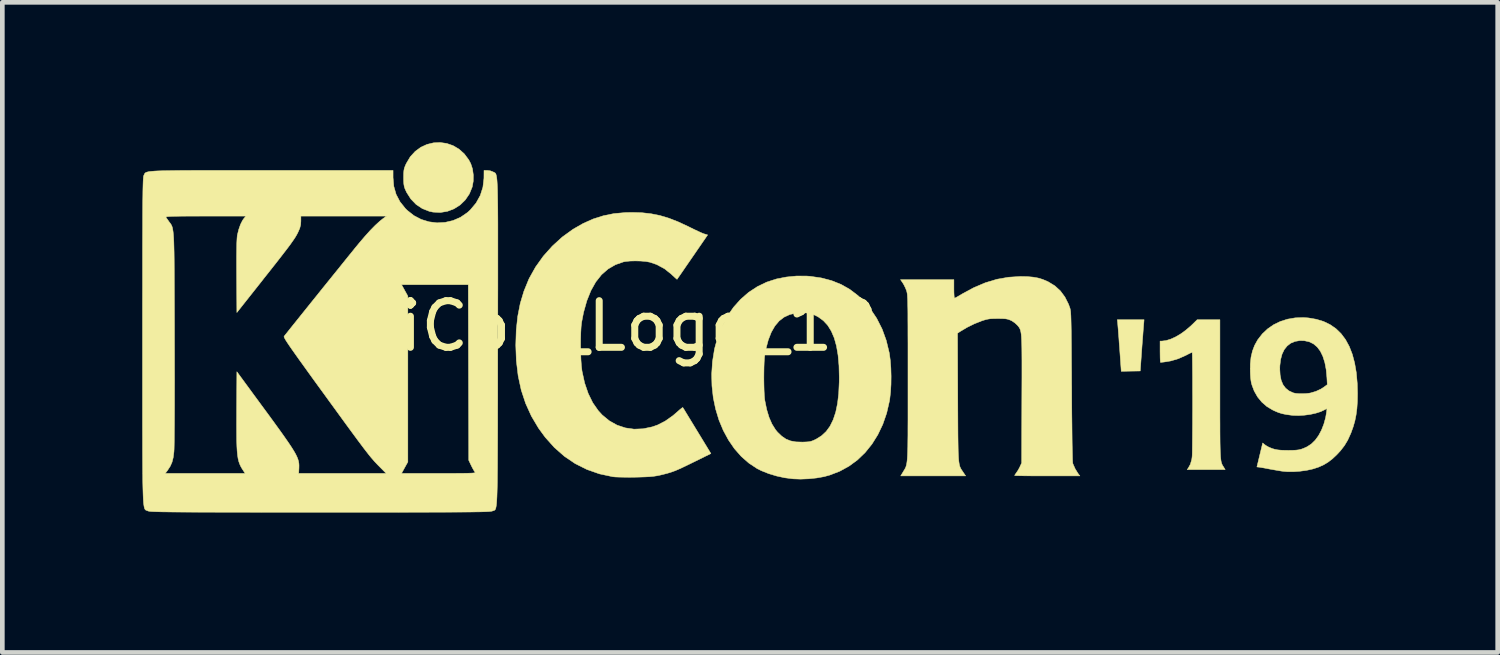
<source format=kicad_pcb>
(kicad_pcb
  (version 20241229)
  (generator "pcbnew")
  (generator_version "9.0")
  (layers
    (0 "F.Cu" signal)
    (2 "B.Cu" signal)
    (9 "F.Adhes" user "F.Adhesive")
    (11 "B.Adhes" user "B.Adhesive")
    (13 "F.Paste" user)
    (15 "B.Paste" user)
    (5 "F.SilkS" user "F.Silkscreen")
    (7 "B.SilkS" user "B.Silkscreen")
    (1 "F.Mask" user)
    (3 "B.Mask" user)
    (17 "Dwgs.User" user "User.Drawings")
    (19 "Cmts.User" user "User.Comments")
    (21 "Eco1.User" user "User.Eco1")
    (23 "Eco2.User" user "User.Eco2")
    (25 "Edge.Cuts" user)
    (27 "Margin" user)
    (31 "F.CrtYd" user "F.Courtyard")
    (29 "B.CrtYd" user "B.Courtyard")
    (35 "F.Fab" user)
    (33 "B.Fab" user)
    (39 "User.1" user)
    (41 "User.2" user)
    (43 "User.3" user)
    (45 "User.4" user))
  (footprint "KiCon_Logo_19"
    (layer "F.Cu")
    (at 10.129 3.941)
    (property "Reference" "KiCon_Logo_19" (at 0 0 0) (layer "F.SilkS") (effects (font (size 1 1) (thickness 0.15))))
    (attr exclude_from_pos_files exclude_from_bom)
    (fp_poly (pts (xy 11.34 -0.051) (xy 11.337 -0.018) (xy 11.333 0.036) (xy 11.327 0.109) (xy 11.321 0.196) (xy 11.313 0.295) (xy 11.305 0.401) (xy 11.298 0.498) (xy 11.265 0.962) (xy 11.061 0.965) (xy 10.858 0.969) (xy 10.823 0.476) (xy 10.814 0.364) (xy 10.807 0.258) (xy 10.799 0.161) (xy 10.793 0.076) (xy 10.787 0.007) (xy 10.783 -0.045) (xy 10.78 -0.074) (xy 10.78 -0.076) (xy 10.773 -0.137) (xy 11.347 -0.137) (xy 11.34 -0.051)) (stroke (width 0.01) (type solid)) (fill yes) (layer "F.SilkS"))
    (fp_poly (pts (xy -3.602 -3.916) (xy -3.466 -3.869) (xy -3.339 -3.794) (xy -3.226 -3.693) (xy -3.13 -3.564) (xy -3.087 -3.483) (xy -3.05 -3.37) (xy -3.032 -3.239) (xy -3.034 -3.105) (xy -3.056 -2.983) (xy -3.117 -2.834) (xy -3.205 -2.705) (xy -3.315 -2.598) (xy -3.444 -2.516) (xy -3.587 -2.461) (xy -3.739 -2.436) (xy -3.896 -2.444) (xy -3.973 -2.46) (xy -4.124 -2.519) (xy -4.258 -2.608) (xy -4.372 -2.726) (xy -4.463 -2.869) (xy -4.47 -2.885) (xy -4.497 -2.943) (xy -4.513 -2.993) (xy -4.522 -3.045) (xy -4.526 -3.111) (xy -4.527 -3.184) (xy -4.526 -3.271) (xy -4.521 -3.334) (xy -4.511 -3.385) (xy -4.492 -3.436) (xy -4.469 -3.487) (xy -4.384 -3.63) (xy -4.279 -3.745) (xy -4.158 -3.834) (xy -4.026 -3.895) (xy -3.886 -3.929) (xy -3.744 -3.936) (xy -3.602 -3.916)) (stroke (width 0.01) (type solid)) (fill yes) (layer "F.SilkS"))
    (fp_poly (pts (xy 12.973 1.321) (xy 12.973 1.553) (xy 12.973 1.761) (xy 12.973 1.947) (xy 12.974 2.112) (xy 12.974 2.257) (xy 12.975 2.383) (xy 12.976 2.493) (xy 12.978 2.587) (xy 12.98 2.667) (xy 12.983 2.735) (xy 12.986 2.791) (xy 12.99 2.837) (xy 12.995 2.875) (xy 13 2.906) (xy 13.007 2.931) (xy 13.014 2.952) (xy 13.022 2.971) (xy 13.031 2.988) (xy 13.042 3.005) (xy 13.049 3.016) (xy 13.086 3.076) (xy 12.271 3.076) (xy 12.292 3.048) (xy 12.339 2.963) (xy 12.369 2.862) (xy 12.377 2.803) (xy 12.379 2.773) (xy 12.381 2.721) (xy 12.382 2.65) (xy 12.383 2.562) (xy 12.384 2.459) (xy 12.385 2.343) (xy 12.386 2.217) (xy 12.387 2.082) (xy 12.387 1.941) (xy 12.388 1.797) (xy 12.388 1.651) (xy 12.388 1.505) (xy 12.387 1.362) (xy 12.387 1.224) (xy 12.387 1.093) (xy 12.386 0.972) (xy 12.385 0.862) (xy 12.384 0.766) (xy 12.383 0.686) (xy 12.382 0.624) (xy 12.38 0.582) (xy 12.378 0.563) (xy 12.378 0.562) (xy 12.363 0.567) (xy 12.33 0.582) (xy 12.286 0.604) (xy 12.248 0.624) (xy 12.085 0.697) (xy 11.922 0.746) (xy 11.815 0.764) (xy 11.766 0.771) (xy 11.726 0.775) (xy 11.703 0.778) (xy 11.7 0.778) (xy 11.697 0.766) (xy 11.694 0.732) (xy 11.692 0.681) (xy 11.691 0.617) (xy 11.69 0.549) (xy 11.69 0.321) (xy 11.73 0.321) (xy 11.818 0.31) (xy 11.916 0.28) (xy 12.022 0.232) (xy 12.131 0.168) (xy 12.24 0.089) (xy 12.346 -0.001) (xy 12.369 -0.023) (xy 12.486 -0.137) (xy 12.973 -0.137) (xy 12.973 1.321)) (stroke (width 0.01) (type solid)) (fill yes) (layer "F.SilkS"))
    (fp_poly (pts (xy 4.114 -1.073) (xy 4.184 -1.068) (xy 4.427 -1.033) (xy 4.648 -0.975) (xy 4.851 -0.894) (xy 5.038 -0.788) (xy 5.212 -0.656) (xy 5.315 -0.559) (xy 5.478 -0.372) (xy 5.616 -0.165) (xy 5.731 0.062) (xy 5.82 0.307) (xy 5.884 0.571) (xy 5.888 0.595) (xy 5.907 0.736) (xy 5.919 0.899) (xy 5.924 1.072) (xy 5.922 1.248) (xy 5.912 1.415) (xy 5.895 1.565) (xy 5.888 1.608) (xy 5.829 1.865) (xy 5.746 2.105) (xy 5.64 2.327) (xy 5.514 2.529) (xy 5.368 2.71) (xy 5.203 2.869) (xy 5.02 3.003) (xy 4.821 3.112) (xy 4.607 3.194) (xy 4.486 3.227) (xy 4.33 3.255) (xy 4.158 3.273) (xy 3.984 3.28) (xy 3.821 3.274) (xy 3.815 3.273) (xy 3.643 3.251) (xy 3.468 3.213) (xy 3.299 3.162) (xy 3.144 3.1) (xy 3.053 3.055) (xy 2.875 2.937) (xy 2.712 2.794) (xy 2.565 2.627) (xy 2.437 2.44) (xy 2.326 2.235) (xy 2.234 2.014) (xy 2.163 1.78) (xy 2.112 1.536) (xy 2.084 1.283) (xy 2.08 1.134) (xy 3.196 1.134) (xy 3.198 1.26) (xy 3.201 1.378) (xy 3.206 1.481) (xy 3.213 1.562) (xy 3.217 1.592) (xy 3.257 1.789) (xy 3.308 1.957) (xy 3.37 2.099) (xy 3.444 2.218) (xy 3.49 2.274) (xy 3.579 2.359) (xy 3.669 2.421) (xy 3.769 2.461) (xy 3.883 2.482) (xy 4.018 2.486) (xy 4.03 2.486) (xy 4.108 2.483) (xy 4.164 2.479) (xy 4.209 2.469) (xy 4.254 2.453) (xy 4.308 2.428) (xy 4.319 2.422) (xy 4.433 2.351) (xy 4.532 2.259) (xy 4.615 2.145) (xy 4.683 2.007) (xy 4.737 1.845) (xy 4.776 1.657) (xy 4.801 1.443) (xy 4.812 1.201) (xy 4.813 1.101) (xy 4.807 0.848) (xy 4.787 0.624) (xy 4.753 0.426) (xy 4.705 0.254) (xy 4.642 0.107) (xy 4.565 -0.017) (xy 4.472 -0.117) (xy 4.364 -0.196) (xy 4.319 -0.22) (xy 4.259 -0.248) (xy 4.209 -0.266) (xy 4.159 -0.277) (xy 4.097 -0.283) (xy 4.045 -0.285) (xy 3.891 -0.28) (xy 3.753 -0.249) (xy 3.631 -0.193) (xy 3.524 -0.111) (xy 3.432 -0.002) (xy 3.355 0.133) (xy 3.291 0.297) (xy 3.24 0.489) (xy 3.217 0.61) (xy 3.209 0.678) (xy 3.203 0.771) (xy 3.199 0.883) (xy 3.197 1.006) (xy 3.196 1.134) (xy 2.08 1.134) (xy 2.078 1.024) (xy 2.095 0.762) (xy 2.137 0.5) (xy 2.142 0.476) (xy 2.209 0.23) (xy 2.3 0) (xy 2.413 -0.212) (xy 2.546 -0.404) (xy 2.699 -0.575) (xy 2.869 -0.723) (xy 3.056 -0.846) (xy 3.257 -0.943) (xy 3.463 -1.01) (xy 3.677 -1.052) (xy 3.898 -1.074) (xy 4.114 -1.073)) (stroke (width 0.01) (type solid)) (fill yes) (layer "F.SilkS"))
    (fp_poly (pts (xy 0.581 -2.431) (xy 0.777 -2.409) (xy 0.967 -2.371) (xy 1.158 -2.314) (xy 1.358 -2.236) (xy 1.576 -2.135) (xy 1.615 -2.115) (xy 1.705 -2.071) (xy 1.79 -2.031) (xy 1.861 -1.999) (xy 1.91 -1.979) (xy 1.918 -1.977) (xy 1.991 -1.955) (xy 1.665 -1.481) (xy 1.585 -1.365) (xy 1.512 -1.259) (xy 1.449 -1.167) (xy 1.397 -1.092) (xy 1.359 -1.038) (xy 1.339 -1.008) (xy 1.335 -1.003) (xy 1.322 -1.013) (xy 1.288 -1.043) (xy 1.24 -1.087) (xy 1.214 -1.112) (xy 1.065 -1.231) (xy 0.897 -1.321) (xy 0.753 -1.37) (xy 0.666 -1.386) (xy 0.558 -1.395) (xy 0.44 -1.398) (xy 0.326 -1.395) (xy 0.229 -1.385) (xy 0.19 -1.378) (xy 0.015 -1.317) (xy -0.143 -1.225) (xy -0.284 -1.102) (xy -0.407 -0.947) (xy -0.512 -0.76) (xy -0.599 -0.543) (xy -0.669 -0.294) (xy -0.71 -0.082) (xy -0.721 0.012) (xy -0.728 0.134) (xy -0.732 0.273) (xy -0.733 0.423) (xy -0.73 0.575) (xy -0.725 0.718) (xy -0.716 0.846) (xy -0.704 0.949) (xy -0.702 0.964) (xy -0.646 1.22) (xy -0.569 1.445) (xy -0.472 1.643) (xy -0.353 1.813) (xy -0.269 1.905) (xy -0.117 2.03) (xy 0.049 2.123) (xy 0.227 2.182) (xy 0.414 2.209) (xy 0.607 2.201) (xy 0.803 2.16) (xy 0.92 2.119) (xy 1.08 2.037) (xy 1.246 1.92) (xy 1.339 1.84) (xy 1.391 1.794) (xy 1.432 1.761) (xy 1.455 1.745) (xy 1.458 1.744) (xy 1.469 1.761) (xy 1.496 1.804) (xy 1.537 1.872) (xy 1.59 1.959) (xy 1.653 2.062) (xy 1.723 2.177) (xy 1.762 2.241) (xy 2.061 2.732) (xy 1.688 2.916) (xy 1.553 2.982) (xy 1.444 3.034) (xy 1.354 3.075) (xy 1.276 3.107) (xy 1.203 3.133) (xy 1.13 3.155) (xy 1.049 3.176) (xy 0.971 3.195) (xy 0.901 3.209) (xy 0.829 3.22) (xy 0.746 3.228) (xy 0.645 3.233) (xy 0.52 3.237) (xy 0.435 3.239) (xy 0.315 3.24) (xy 0.199 3.239) (xy 0.096 3.237) (xy 0.013 3.234) (xy -0.042 3.229) (xy -0.045 3.228) (xy -0.33 3.167) (xy -0.598 3.073) (xy -0.848 2.948) (xy -1.08 2.791) (xy -1.295 2.602) (xy -1.492 2.382) (xy -1.635 2.186) (xy -1.787 1.93) (xy -1.91 1.659) (xy -2.005 1.372) (xy -2.071 1.066) (xy -2.11 0.74) (xy -2.122 0.408) (xy -2.112 0.087) (xy -2.08 -0.209) (xy -2.026 -0.486) (xy -1.948 -0.747) (xy -1.845 -0.999) (xy -1.833 -1.025) (xy -1.697 -1.268) (xy -1.531 -1.5) (xy -1.338 -1.716) (xy -1.125 -1.91) (xy -0.894 -2.077) (xy -0.679 -2.2) (xy -0.462 -2.297) (xy -0.244 -2.366) (xy -0.018 -2.412) (xy 0.226 -2.434) (xy 0.372 -2.437) (xy 0.581 -2.431)) (stroke (width 0.01) (type solid)) (fill yes) (layer "F.SilkS"))
    (fp_poly (pts (xy 14.866 -0.176) (xy 15.038 -0.147) (xy 15.194 -0.1) (xy 15.335 -0.032) (xy 15.461 0.055) (xy 15.571 0.162) (xy 15.666 0.289) (xy 15.746 0.436) (xy 15.811 0.603) (xy 15.861 0.791) (xy 15.897 0.999) (xy 15.917 1.227) (xy 15.923 1.444) (xy 15.92 1.615) (xy 15.91 1.766) (xy 15.892 1.904) (xy 15.866 2.033) (xy 15.83 2.159) (xy 15.783 2.289) (xy 15.774 2.31) (xy 15.713 2.444) (xy 15.642 2.562) (xy 15.557 2.672) (xy 15.481 2.754) (xy 15.387 2.843) (xy 15.296 2.913) (xy 15.201 2.971) (xy 15.096 3.019) (xy 15.078 3.026) (xy 14.963 3.063) (xy 14.831 3.092) (xy 14.69 3.111) (xy 14.548 3.121) (xy 14.412 3.12) (xy 14.341 3.114) (xy 14.292 3.108) (xy 14.226 3.097) (xy 14.15 3.084) (xy 14.071 3.07) (xy 14.042 3.065) (xy 13.971 3.051) (xy 13.906 3.039) (xy 13.852 3.03) (xy 13.816 3.024) (xy 13.804 3.023) (xy 13.766 3.019) (xy 13.828 2.762) (xy 13.89 2.505) (xy 13.93 2.539) (xy 13.966 2.564) (xy 14.012 2.59) (xy 14.033 2.6) (xy 14.092 2.624) (xy 14.149 2.641) (xy 14.21 2.653) (xy 14.281 2.66) (xy 14.367 2.663) (xy 14.44 2.664) (xy 14.531 2.663) (xy 14.604 2.659) (xy 14.663 2.652) (xy 14.716 2.639) (xy 14.768 2.62) (xy 14.826 2.594) (xy 14.846 2.584) (xy 14.934 2.526) (xy 15.015 2.447) (xy 15.088 2.347) (xy 15.15 2.231) (xy 15.201 2.101) (xy 15.24 1.959) (xy 15.257 1.857) (xy 15.263 1.815) (xy 15.266 1.784) (xy 15.265 1.771) (xy 15.254 1.774) (xy 15.228 1.787) (xy 15.218 1.793) (xy 15.134 1.833) (xy 15.03 1.866) (xy 14.914 1.892) (xy 14.789 1.909) (xy 14.663 1.917) (xy 14.541 1.914) (xy 14.497 1.909) (xy 14.394 1.895) (xy 14.307 1.877) (xy 14.226 1.852) (xy 14.144 1.817) (xy 14.104 1.798) (xy 13.98 1.724) (xy 13.872 1.63) (xy 13.78 1.518) (xy 13.708 1.391) (xy 13.661 1.267) (xy 13.647 1.217) (xy 13.638 1.166) (xy 13.631 1.108) (xy 13.626 1.036) (xy 13.624 0.975) (xy 13.624 0.917) (xy 14.256 0.917) (xy 14.264 1.049) (xy 14.286 1.161) (xy 14.325 1.255) (xy 14.381 1.33) (xy 14.453 1.388) (xy 14.542 1.429) (xy 14.554 1.433) (xy 14.603 1.443) (xy 14.669 1.448) (xy 14.744 1.449) (xy 14.82 1.446) (xy 14.889 1.438) (xy 14.916 1.433) (xy 15.031 1.399) (xy 15.139 1.349) (xy 15.212 1.301) (xy 15.275 1.254) (xy 15.267 1.107) (xy 15.251 0.933) (xy 15.222 0.78) (xy 15.18 0.648) (xy 15.126 0.537) (xy 15.059 0.448) (xy 14.98 0.381) (xy 14.888 0.336) (xy 14.784 0.313) (xy 14.687 0.31) (xy 14.582 0.328) (xy 14.491 0.366) (xy 14.415 0.425) (xy 14.352 0.503) (xy 14.305 0.601) (xy 14.274 0.717) (xy 14.258 0.85) (xy 14.256 0.917) (xy 13.624 0.917) (xy 13.625 0.811) (xy 13.64 0.665) (xy 13.671 0.534) (xy 13.717 0.413) (xy 13.78 0.299) (xy 13.786 0.29) (xy 13.883 0.165) (xy 13.997 0.058) (xy 14.126 -0.031) (xy 14.269 -0.1) (xy 14.423 -0.149) (xy 14.587 -0.177) (xy 14.76 -0.183) (xy 14.866 -0.176)) (stroke (width 0.01) (type solid)) (fill yes) (layer "F.SilkS"))
    (fp_poly (pts (xy 8.845 -1.061) (xy 8.968 -1.05) (xy 9.075 -1.031) (xy 9.174 -1.001) (xy 9.273 -0.959) (xy 9.294 -0.949) (xy 9.435 -0.863) (xy 9.553 -0.755) (xy 9.65 -0.624) (xy 9.728 -0.469) (xy 9.756 -0.392) (xy 9.761 -0.376) (xy 9.765 -0.358) (xy 9.769 -0.335) (xy 9.773 -0.306) (xy 9.775 -0.268) (xy 9.778 -0.22) (xy 9.78 -0.16) (xy 9.782 -0.086) (xy 9.784 0.005) (xy 9.786 0.113) (xy 9.787 0.241) (xy 9.789 0.391) (xy 9.79 0.565) (xy 9.791 0.764) (xy 9.793 0.991) (xy 9.794 1.247) (xy 9.795 1.298) (xy 9.796 1.6) (xy 9.798 1.87) (xy 9.801 2.109) (xy 9.803 2.317) (xy 9.805 2.496) (xy 9.808 2.644) (xy 9.811 2.763) (xy 9.813 2.852) (xy 9.816 2.913) (xy 9.82 2.946) (xy 9.821 2.95) (xy 9.87 3.06) (xy 9.932 3.16) (xy 9.971 3.211) (xy 9.271 3.211) (xy 9.126 3.211) (xy 8.99 3.211) (xy 8.869 3.21) (xy 8.763 3.209) (xy 8.678 3.207) (xy 8.616 3.206) (xy 8.58 3.204) (xy 8.572 3.202) (xy 8.581 3.185) (xy 8.603 3.153) (xy 8.611 3.142) (xy 8.642 3.096) (xy 8.674 3.039) (xy 8.687 3.012) (xy 8.723 2.934) (xy 8.727 1.57) (xy 8.728 1.321) (xy 8.729 1.102) (xy 8.729 0.91) (xy 8.729 0.744) (xy 8.728 0.602) (xy 8.727 0.481) (xy 8.725 0.379) (xy 8.722 0.295) (xy 8.718 0.226) (xy 8.713 0.171) (xy 8.706 0.127) (xy 8.698 0.091) (xy 8.688 0.064) (xy 8.677 0.041) (xy 8.664 0.021) (xy 8.649 0.002) (xy 8.632 -0.018) (xy 8.629 -0.021) (xy 8.577 -0.069) (xy 8.514 -0.112) (xy 8.489 -0.124) (xy 8.45 -0.14) (xy 8.412 -0.151) (xy 8.367 -0.158) (xy 8.309 -0.161) (xy 8.228 -0.162) (xy 8.207 -0.162) (xy 8.12 -0.161) (xy 8.054 -0.158) (xy 8 -0.15) (xy 7.948 -0.138) (xy 7.886 -0.119) (xy 7.858 -0.109) (xy 7.707 -0.049) (xy 7.553 0.027) (xy 7.412 0.111) (xy 7.408 0.113) (xy 7.348 0.153) (xy 7.353 1.519) (xy 7.354 1.766) (xy 7.355 1.983) (xy 7.356 2.173) (xy 7.357 2.337) (xy 7.359 2.478) (xy 7.361 2.598) (xy 7.363 2.699) (xy 7.367 2.782) (xy 7.371 2.851) (xy 7.377 2.907) (xy 7.384 2.953) (xy 7.392 2.99) (xy 7.402 3.02) (xy 7.414 3.046) (xy 7.427 3.07) (xy 7.443 3.094) (xy 7.461 3.12) (xy 7.468 3.131) (xy 7.522 3.211) (xy 6.13 3.211) (xy 6.185 3.12) (xy 6.2 3.095) (xy 6.214 3.072) (xy 6.226 3.051) (xy 6.237 3.028) (xy 6.246 3.002) (xy 6.254 2.972) (xy 6.261 2.935) (xy 6.267 2.89) (xy 6.272 2.835) (xy 6.276 2.767) (xy 6.279 2.686) (xy 6.282 2.588) (xy 6.283 2.474) (xy 6.285 2.34) (xy 6.285 2.184) (xy 6.286 2.006) (xy 6.286 1.803) (xy 6.286 1.573) (xy 6.286 1.314) (xy 6.286 1.106) (xy 6.286 0.831) (xy 6.286 0.586) (xy 6.286 0.368) (xy 6.285 0.177) (xy 6.285 0.011) (xy 6.284 -0.133) (xy 6.284 -0.257) (xy 6.283 -0.361) (xy 6.281 -0.448) (xy 6.28 -0.52) (xy 6.278 -0.579) (xy 6.275 -0.625) (xy 6.273 -0.663) (xy 6.27 -0.692) (xy 6.266 -0.715) (xy 6.262 -0.733) (xy 6.258 -0.75) (xy 6.257 -0.754) (xy 6.231 -0.82) (xy 6.197 -0.888) (xy 6.177 -0.922) (xy 6.126 -0.996) (xy 7.27 -0.996) (xy 7.27 -0.797) (xy 7.271 -0.722) (xy 7.274 -0.66) (xy 7.278 -0.617) (xy 7.283 -0.599) (xy 7.284 -0.599) (xy 7.302 -0.606) (xy 7.341 -0.627) (xy 7.395 -0.658) (xy 7.446 -0.689) (xy 7.696 -0.824) (xy 7.943 -0.929) (xy 8.191 -1.004) (xy 8.441 -1.048) (xy 8.695 -1.064) (xy 8.699 -1.064) (xy 8.845 -1.061)) (stroke (width 0.01) (type solid)) (fill yes) (layer "F.SilkS"))
    (fp_poly (pts (xy -7.87 -3.338) (xy -7.521 -3.338) (xy -7.358 -3.338) (xy -4.753 -3.338) (xy -4.753 -3.185) (xy -4.737 -2.998) (xy -4.688 -2.826) (xy -4.605 -2.667) (xy -4.488 -2.52) (xy -4.448 -2.481) (xy -4.306 -2.369) (xy -4.149 -2.287) (xy -3.982 -2.236) (xy -3.81 -2.214) (xy -3.637 -2.224) (xy -3.468 -2.263) (xy -3.308 -2.332) (xy -3.162 -2.432) (xy -3.096 -2.492) (xy -2.973 -2.639) (xy -2.883 -2.801) (xy -2.827 -2.976) (xy -2.805 -3.161) (xy -2.804 -3.18) (xy -2.803 -3.338) (xy -2.733 -3.338) (xy -2.671 -3.33) (xy -2.615 -3.309) (xy -2.611 -3.307) (xy -2.598 -3.301) (xy -2.587 -3.296) (xy -2.576 -3.29) (xy -2.566 -3.284) (xy -2.557 -3.274) (xy -2.549 -3.26) (xy -2.542 -3.239) (xy -2.536 -3.211) (xy -2.53 -3.174) (xy -2.525 -3.127) (xy -2.521 -3.067) (xy -2.517 -2.994) (xy -2.514 -2.906) (xy -2.512 -2.801) (xy -2.51 -2.678) (xy -2.508 -2.535) (xy -2.507 -2.372) (xy -2.506 -2.186) (xy -2.506 -1.976) (xy -2.506 -1.74) (xy -2.506 -1.477) (xy -2.506 -1.185) (xy -2.506 -0.864) (xy -2.507 -0.511) (xy -2.507 -0.124) (xy -2.508 0.297) (xy -2.508 0.348) (xy -2.509 0.771) (xy -2.509 1.16) (xy -2.509 1.516) (xy -2.51 1.839) (xy -2.51 2.133) (xy -2.511 2.398) (xy -2.512 2.635) (xy -2.513 2.847) (xy -2.514 3.034) (xy -2.516 3.199) (xy -2.517 3.342) (xy -2.52 3.466) (xy -2.523 3.571) (xy -2.526 3.66) (xy -2.53 3.733) (xy -2.534 3.793) (xy -2.539 3.84) (xy -2.545 3.877) (xy -2.551 3.904) (xy -2.558 3.924) (xy -2.566 3.937) (xy -2.575 3.946) (xy -2.585 3.951) (xy -2.596 3.955) (xy -2.608 3.958) (xy -2.621 3.963) (xy -2.624 3.964) (xy -2.634 3.967) (xy -2.651 3.97) (xy -2.676 3.973) (xy -2.71 3.976) (xy -2.756 3.978) (xy -2.814 3.98) (xy -2.886 3.982) (xy -2.973 3.983) (xy -3.078 3.985) (xy -3.201 3.986) (xy -3.343 3.987) (xy -3.507 3.988) (xy -3.694 3.989) (xy -3.905 3.989) (xy -4.141 3.99) (xy -4.405 3.99) (xy -4.697 3.991) (xy -5.019 3.991) (xy -5.373 3.991) (xy -5.759 3.991) (xy -6.18 3.991) (xy -6.316 3.991) (xy -6.747 3.991) (xy -7.142 3.991) (xy -7.504 3.991) (xy -7.835 3.99) (xy -8.134 3.99) (xy -8.405 3.99) (xy -8.649 3.989) (xy -8.866 3.989) (xy -9.059 3.988) (xy -9.229 3.987) (xy -9.378 3.986) (xy -9.506 3.985) (xy -9.616 3.983) (xy -9.709 3.982) (xy -9.786 3.98) (xy -9.848 3.978) (xy -9.899 3.976) (xy -9.937 3.974) (xy -9.967 3.971) (xy -9.987 3.968) (xy -10.001 3.965) (xy -10.009 3.962) (xy -10.023 3.956) (xy -10.035 3.952) (xy -10.046 3.948) (xy -10.057 3.942) (xy -10.066 3.934) (xy -10.075 3.92) (xy -10.082 3.901) (xy -10.089 3.874) (xy -10.095 3.839) (xy -10.101 3.793) (xy -10.105 3.734) (xy -10.109 3.663) (xy -10.112 3.576) (xy -10.115 3.473) (xy -10.118 3.352) (xy -10.119 3.211) (xy -10.12 3.157) (xy -9.636 3.157) (xy -7.924 3.157) (xy -7.957 3.107) (xy -7.99 3.056) (xy -8.018 3.007) (xy -8.041 2.957) (xy -8.06 2.903) (xy -8.075 2.841) (xy -8.086 2.768) (xy -8.095 2.68) (xy -8.101 2.574) (xy -8.105 2.447) (xy -8.106 2.294) (xy -8.107 2.114) (xy -8.106 1.902) (xy -8.106 1.823) (xy -8.101 0.978) (xy -7.566 1.707) (xy -7.414 1.913) (xy -7.283 2.093) (xy -7.17 2.249) (xy -7.075 2.383) (xy -6.996 2.497) (xy -6.931 2.594) (xy -6.88 2.676) (xy -6.84 2.746) (xy -6.811 2.806) (xy -6.791 2.858) (xy -6.778 2.905) (xy -6.771 2.949) (xy -6.769 2.992) (xy -6.77 3.038) (xy -6.77 3.043) (xy -6.776 3.157) (xy -4.901 3.157) (xy -5.04 3.016) (xy -5.078 2.978) (xy -5.114 2.94) (xy -5.15 2.902) (xy -5.186 2.86) (xy -5.226 2.814) (xy -5.27 2.76) (xy -5.32 2.696) (xy -5.377 2.622) (xy -5.443 2.534) (xy -5.521 2.43) (xy -5.61 2.309) (xy -5.713 2.169) (xy -5.832 2.006) (xy -5.967 1.82) (xy -6.121 1.609) (xy -6.247 1.435) (xy -6.406 1.217) (xy -6.544 1.026) (xy -6.663 0.86) (xy -6.765 0.719) (xy -6.85 0.599) (xy -6.92 0.5) (xy -6.976 0.419) (xy -7.019 0.355) (xy -7.051 0.305) (xy -7.072 0.269) (xy -7.085 0.243) (xy -7.09 0.227) (xy -7.088 0.218) (xy -7.071 0.196) (xy -7.032 0.148) (xy -6.976 0.077) (xy -6.904 -0.013) (xy -6.818 -0.12) (xy -6.721 -0.241) (xy -6.615 -0.373) (xy -6.502 -0.514) (xy -6.385 -0.659) (xy -6.266 -0.808) (xy -6.2 -0.889) (xy -4.571 -0.889) (xy -4.504 -0.767) (xy -4.436 -0.644) (xy -4.436 2.912) (xy -4.504 3.034) (xy -4.571 3.157) (xy -3.771 3.157) (xy -3.579 3.157) (xy -3.422 3.157) (xy -3.294 3.156) (xy -3.193 3.155) (xy -3.117 3.153) (xy -3.062 3.151) (xy -3.025 3.148) (xy -3.004 3.144) (xy -2.994 3.139) (xy -2.993 3.132) (xy -2.999 3.125) (xy -2.999 3.125) (xy -3.022 3.092) (xy -3.052 3.038) (xy -3.079 2.984) (xy -3.13 2.876) (xy -3.135 0.993) (xy -3.14 -0.889) (xy -4.571 -0.889) (xy -6.2 -0.889) (xy -6.147 -0.955) (xy -6.03 -1.1) (xy -5.918 -1.238) (xy -5.814 -1.368) (xy -5.719 -1.486) (xy -5.635 -1.589) (xy -5.566 -1.675) (xy -5.512 -1.74) (xy -5.481 -1.778) (xy -5.36 -1.92) (xy -5.244 -2.049) (xy -5.136 -2.159) (xy -5.04 -2.247) (xy -4.973 -2.301) (xy -4.893 -2.359) (xy -6.729 -2.359) (xy -6.729 -2.251) (xy -6.734 -2.172) (xy -6.753 -2.098) (xy -6.783 -2.029) (xy -6.802 -1.989) (xy -6.823 -1.95) (xy -6.847 -1.909) (xy -6.877 -1.863) (xy -6.914 -1.81) (xy -6.959 -1.746) (xy -7.016 -1.67) (xy -7.086 -1.579) (xy -7.17 -1.47) (xy -7.271 -1.341) (xy -7.391 -1.189) (xy -7.532 -1.011) (xy -7.547 -0.991) (xy -8.101 -0.291) (xy -8.106 -1.066) (xy -8.107 -1.299) (xy -8.107 -1.495) (xy -8.105 -1.657) (xy -8.103 -1.784) (xy -8.098 -1.878) (xy -8.093 -1.938) (xy -8.091 -1.95) (xy -8.061 -2.071) (xy -8.023 -2.18) (xy -7.979 -2.267) (xy -7.953 -2.304) (xy -7.907 -2.359) (xy -8.772 -2.359) (xy -8.978 -2.358) (xy -9.15 -2.358) (xy -9.291 -2.357) (xy -9.404 -2.355) (xy -9.49 -2.353) (xy -9.553 -2.35) (xy -9.594 -2.347) (xy -9.616 -2.342) (xy -9.623 -2.337) (xy -9.622 -2.336) (xy -9.604 -2.308) (xy -9.573 -2.264) (xy -9.558 -2.242) (xy -9.541 -2.22) (xy -9.526 -2.2) (xy -9.513 -2.181) (xy -9.502 -2.16) (xy -9.491 -2.135) (xy -9.482 -2.106) (xy -9.475 -2.068) (xy -9.468 -2.022) (xy -9.462 -1.964) (xy -9.457 -1.893) (xy -9.453 -1.806) (xy -9.45 -1.703) (xy -9.447 -1.58) (xy -9.445 -1.436) (xy -9.444 -1.27) (xy -9.443 -1.078) (xy -9.442 -0.86) (xy -9.441 -0.613) (xy -9.44 -0.335) (xy -9.439 -0.024) (xy -9.439 0.261) (xy -9.438 0.579) (xy -9.438 0.883) (xy -9.437 1.17) (xy -9.438 1.439) (xy -9.438 1.687) (xy -9.439 1.913) (xy -9.44 2.114) (xy -9.442 2.289) (xy -9.443 2.436) (xy -9.445 2.553) (xy -9.447 2.638) (xy -9.45 2.689) (xy -9.45 2.694) (xy -9.466 2.818) (xy -9.491 2.917) (xy -9.529 3.003) (xy -9.585 3.089) (xy -9.591 3.098) (xy -9.636 3.157) (xy -10.12 3.157) (xy -10.121 3.049) (xy -10.122 2.865) (xy -10.123 2.657) (xy -10.123 2.423) (xy -10.124 2.162) (xy -10.124 1.873) (xy -10.124 1.554) (xy -10.124 1.203) (xy -10.124 0.82) (xy -10.124 0.401) (xy -10.124 0.318) (xy -10.124 -0.104) (xy -10.124 -0.492) (xy -10.123 -0.847) (xy -10.123 -1.169) (xy -10.123 -1.462) (xy -10.123 -1.725) (xy -10.122 -1.961) (xy -10.121 -2.172) (xy -10.121 -2.357) (xy -10.12 -2.521) (xy -10.119 -2.662) (xy -10.117 -2.784) (xy -10.116 -2.887) (xy -10.114 -2.974) (xy -10.112 -3.045) (xy -10.11 -3.102) (xy -10.108 -3.146) (xy -10.105 -3.18) (xy -10.103 -3.204) (xy -10.1 -3.22) (xy -10.096 -3.23) (xy -10.096 -3.23) (xy -10.089 -3.245) (xy -10.084 -3.258) (xy -10.077 -3.27) (xy -10.069 -3.281) (xy -10.056 -3.29) (xy -10.037 -3.299) (xy -10.011 -3.306) (xy -9.976 -3.313) (xy -9.929 -3.318) (xy -9.87 -3.323) (xy -9.796 -3.327) (xy -9.705 -3.33) (xy -9.597 -3.332) (xy -9.469 -3.334) (xy -9.319 -3.336) (xy -9.146 -3.337) (xy -8.948 -3.338) (xy -8.723 -3.338) (xy -8.47 -3.338) (xy -8.186 -3.338) (xy -7.87 -3.338)) (stroke (width 0.01) (type solid)) (fill yes) (layer "F.SilkS")))
  (gr_rect
    (start -3 -3)
    (end 29.057 10.937)
    (stroke (width 0.1) (type default))
    (fill no)
    (layer "Edge.Cuts")))
</source>
